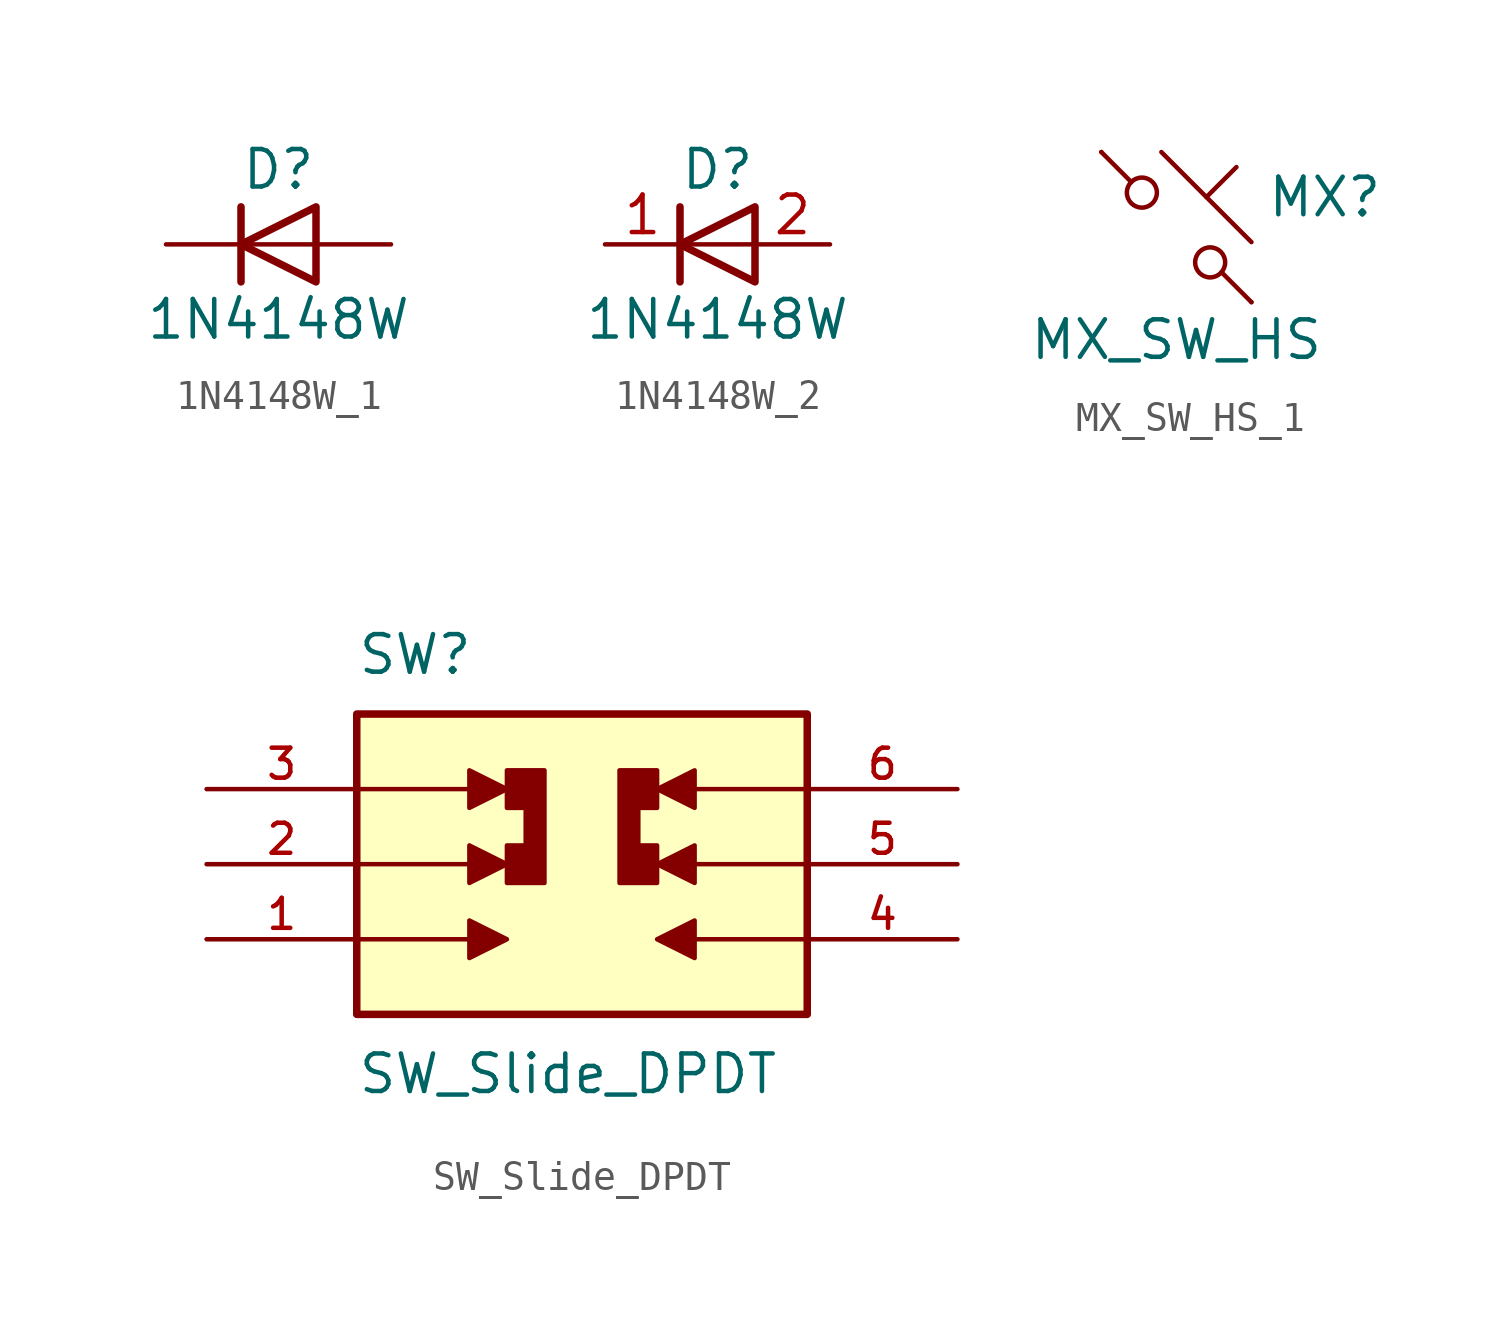
<source format=kicad_sym>
(kicad_symbol_lib
  (version 20220914)
  (generator kicad_symbol_editor)
  (symbol "1N4148W_1"
    (pin_numbers hide)
    (pin_names hide)
    (property "Reference" "D"
      (at 0 2.54 0)
      (effects (font (size 1.27 1.27))))
    (property "Value" "1N4148W"
      (at 0 -2.54 0)
      (effects (font (size 1.27 1.27))))
    (symbol "1N4148W_1_0_1"
      (polyline (pts (xy -1.27 1.27) (xy -1.27 -1.27)) (stroke (width 0.254) (type default)) (fill (type none)))
      (polyline (pts (xy 1.27 0) (xy -1.27 0)) (stroke (width 0) (type default)) (fill (type none)))
      (polyline (pts (xy 1.27 1.27) (xy 1.27 -1.27) (xy -1.27 0) (xy 1.27 1.27)) (stroke (width 0.254) (type default)) (fill (type none))))
    (symbol "1N4148W_1_1_1"
      (pin passive line (at -3.81 0 0) (length 2.54) (name "K" (effects (font (size 1.27 1.27)))) (number "1" (effects (font (size 1.27 1.27)))))
      (pin passive line (at 3.81 0 180) (length 2.54) (name "A" (effects (font (size 1.27 1.27)))) (number "2" (effects (font (size 1.27 1.27)))))))
  (symbol "1N4148W_2"
    (pin_names hide)
    (property "Reference" "D"
      (at 0 2.54 0)
      (effects (font (size 1.27 1.27))))
    (property "Value" "1N4148W"
      (at 0 -2.54 0)
      (effects (font (size 1.27 1.27))))
    (symbol "1N4148W_2_0_1"
      (polyline (pts (xy -1.27 1.27) (xy -1.27 -1.27)) (stroke (width 0.254) (type default)) (fill (type none)))
      (polyline (pts (xy 1.27 0) (xy -1.27 0)) (stroke (width 0) (type default)) (fill (type none)))
      (polyline (pts (xy 1.27 1.27) (xy 1.27 -1.27) (xy -1.27 0) (xy 1.27 1.27)) (stroke (width 0.254) (type default)) (fill (type none))))
    (symbol "1N4148W_2_1_1"
      (pin passive line (at -3.81 0 0) (length 2.54) (name "K" (effects (font (size 1.27 1.27)))) (number "1" (effects (font (size 1.27 1.27)))))
      (pin passive line (at 3.81 0 180) (length 2.54) (name "A" (effects (font (size 1.27 1.27)))) (number "2" (effects (font (size 1.27 1.27)))))))
  (symbol "MX_SW_HS_1"
    (pin_numbers hide)
    (pin_names
      (offset 1.016) hide)
    (property "Reference" "MX"
      (at 3.048 1.016 0)
      (effects (font (size 1.27 1.27)) (justify left)))
    (property "Value" "MX_SW_HS"
      (at 0 -3.81 0)
      (effects (font (size 1.27 1.27))))
    (symbol "MX_SW_HS_1_0_1"
      (circle (center -1.168 1.168) (radius 0.508) (stroke (width 0) (type default)) (fill (type none)))
      (polyline (pts (xy -0.508 2.54) (xy 2.54 -0.508)) (stroke (width 0) (type default)) (fill (type none)))
      (polyline (pts (xy 1.016 1.016) (xy 2.032 2.032)) (stroke (width 0) (type default)) (fill (type none)))
      (polyline (pts (xy -2.54 2.54) (xy -1.524 1.524) (xy -1.524 1.524)) (stroke (width 0) (type default)) (fill (type none)))
      (polyline (pts (xy 1.524 -1.524) (xy 2.54 -2.54) (xy 2.54 -2.54) (xy 2.54 -2.54)) (stroke (width 0) (type default)) (fill (type none)))
      (circle (center 1.143 -1.194) (radius 0.508) (stroke (width 0) (type default)) (fill (type none)))
      (pin passive line (at -2.54 2.54 0) (length 0) (name "1" (effects (font (size 1.27 1.27)))) (number "1" (effects (font (size 1.27 1.27)))))
      (pin passive line (at 2.54 -2.54 180) (length 0) (name "2" (effects (font (size 1.27 1.27)))) (number "2" (effects (font (size 1.27 1.27)))))))
  (symbol "SW_Slide_DPDT"
    (pin_names
      (offset 1.016))
    (property "Reference" "SW"
      (at -7.62 6.35 0)
      (effects (font (size 1.27 1.27)) (justify left bottom)))
    (property "Value" "SW_Slide_DPDT"
      (at -7.62 -6.35 0)
      (effects (font (size 1.27 1.27)) (justify left top)))
    (symbol "SW_Slide_DPDT_0_0"
      (rectangle (start -7.62 -5.08) (end 7.62 5.08) (stroke (width 0.254) (type default)) (fill (type background)))
      (polyline (pts (xy -7.62 -2.54) (xy -3.81 -2.54)) (stroke (width 0.152) (type default)) (fill (type none)))
      (polyline (pts (xy -7.62 0) (xy -3.81 0)) (stroke (width 0.152) (type default)) (fill (type none)))
      (polyline (pts (xy -7.62 2.54) (xy -3.81 2.54)) (stroke (width 0.152) (type default)) (fill (type none)))
      (polyline (pts (xy 7.62 -2.54) (xy 3.81 -2.54)) (stroke (width 0.152) (type default)) (fill (type none)))
      (polyline (pts (xy 7.62 0) (xy 3.81 0)) (stroke (width 0.152) (type default)) (fill (type none)))
      (polyline (pts (xy 7.62 2.54) (xy 3.81 2.54)) (stroke (width 0.152) (type default)) (fill (type none)))
      (polyline (pts (xy -3.81 -1.905) (xy -3.81 -3.175) (xy -2.54 -2.54) (xy -3.81 -1.905)) (stroke (width 0.152) (type default)) (fill (type outline)))
      (polyline (pts (xy -3.81 0.635) (xy -3.81 -0.635) (xy -2.54 0) (xy -3.81 0.635)) (stroke (width 0.152) (type default)) (fill (type outline)))
      (polyline (pts (xy -3.81 3.175) (xy -3.81 1.905) (xy -2.54 2.54) (xy -3.81 3.175)) (stroke (width 0.152) (type default)) (fill (type outline)))
      (polyline (pts (xy 3.81 -3.175) (xy 3.81 -1.905) (xy 2.54 -2.54) (xy 3.81 -3.175)) (stroke (width 0.152) (type default)) (fill (type outline)))
      (polyline (pts (xy 3.81 -0.635) (xy 3.81 0.635) (xy 2.54 0) (xy 3.81 -0.635)) (stroke (width 0.152) (type default)) (fill (type outline)))
      (polyline (pts (xy 3.81 1.905) (xy 3.81 3.175) (xy 2.54 2.54) (xy 3.81 1.905)) (stroke (width 0.152) (type default)) (fill (type outline)))
      (polyline (pts (xy -2.54 1.905) (xy -2.54 3.175) (xy -1.27 3.175) (xy -1.27 -0.635) (xy -2.54 -0.635) (xy -2.54 0.635) (xy -1.905 0.635) (xy -1.905 1.905) (xy -2.54 1.905)) (stroke (width 0.152) (type default)) (fill (type outline)))
      (polyline (pts (xy 2.54 0.635) (xy 2.54 -0.635) (xy 1.27 -0.635) (xy 1.27 3.175) (xy 2.54 3.175) (xy 2.54 1.905) (xy 1.905 1.905) (xy 1.905 0.635) (xy 2.54 0.635)) (stroke (width 0.152) (type default)) (fill (type outline)))
      (pin passive line (at -12.7 -2.54 0) (length 5.08) (name "~" (effects (font (size 1.016 1.016)))) (number "1" (effects (font (size 1.016 1.016)))))
      (pin passive line (at -12.7 0 0) (length 5.08) (name "~" (effects (font (size 1.016 1.016)))) (number "2" (effects (font (size 1.016 1.016)))))
      (pin passive line (at -12.7 2.54 0) (length 5.08) (name "~" (effects (font (size 1.016 1.016)))) (number "3" (effects (font (size 1.016 1.016)))))
      (pin passive line (at 12.7 -2.54 180) (length 5.08) (name "~" (effects (font (size 1.016 1.016)))) (number "4" (effects (font (size 1.016 1.016)))))
      (pin passive line (at 12.7 0 180) (length 5.08) (name "~" (effects (font (size 1.016 1.016)))) (number "5" (effects (font (size 1.016 1.016)))))
      (pin passive line (at 12.7 2.54 180) (length 5.08) (name "~" (effects (font (size 1.016 1.016)))) (number "6" (effects (font (size 1.016 1.016))))))))
</source>
